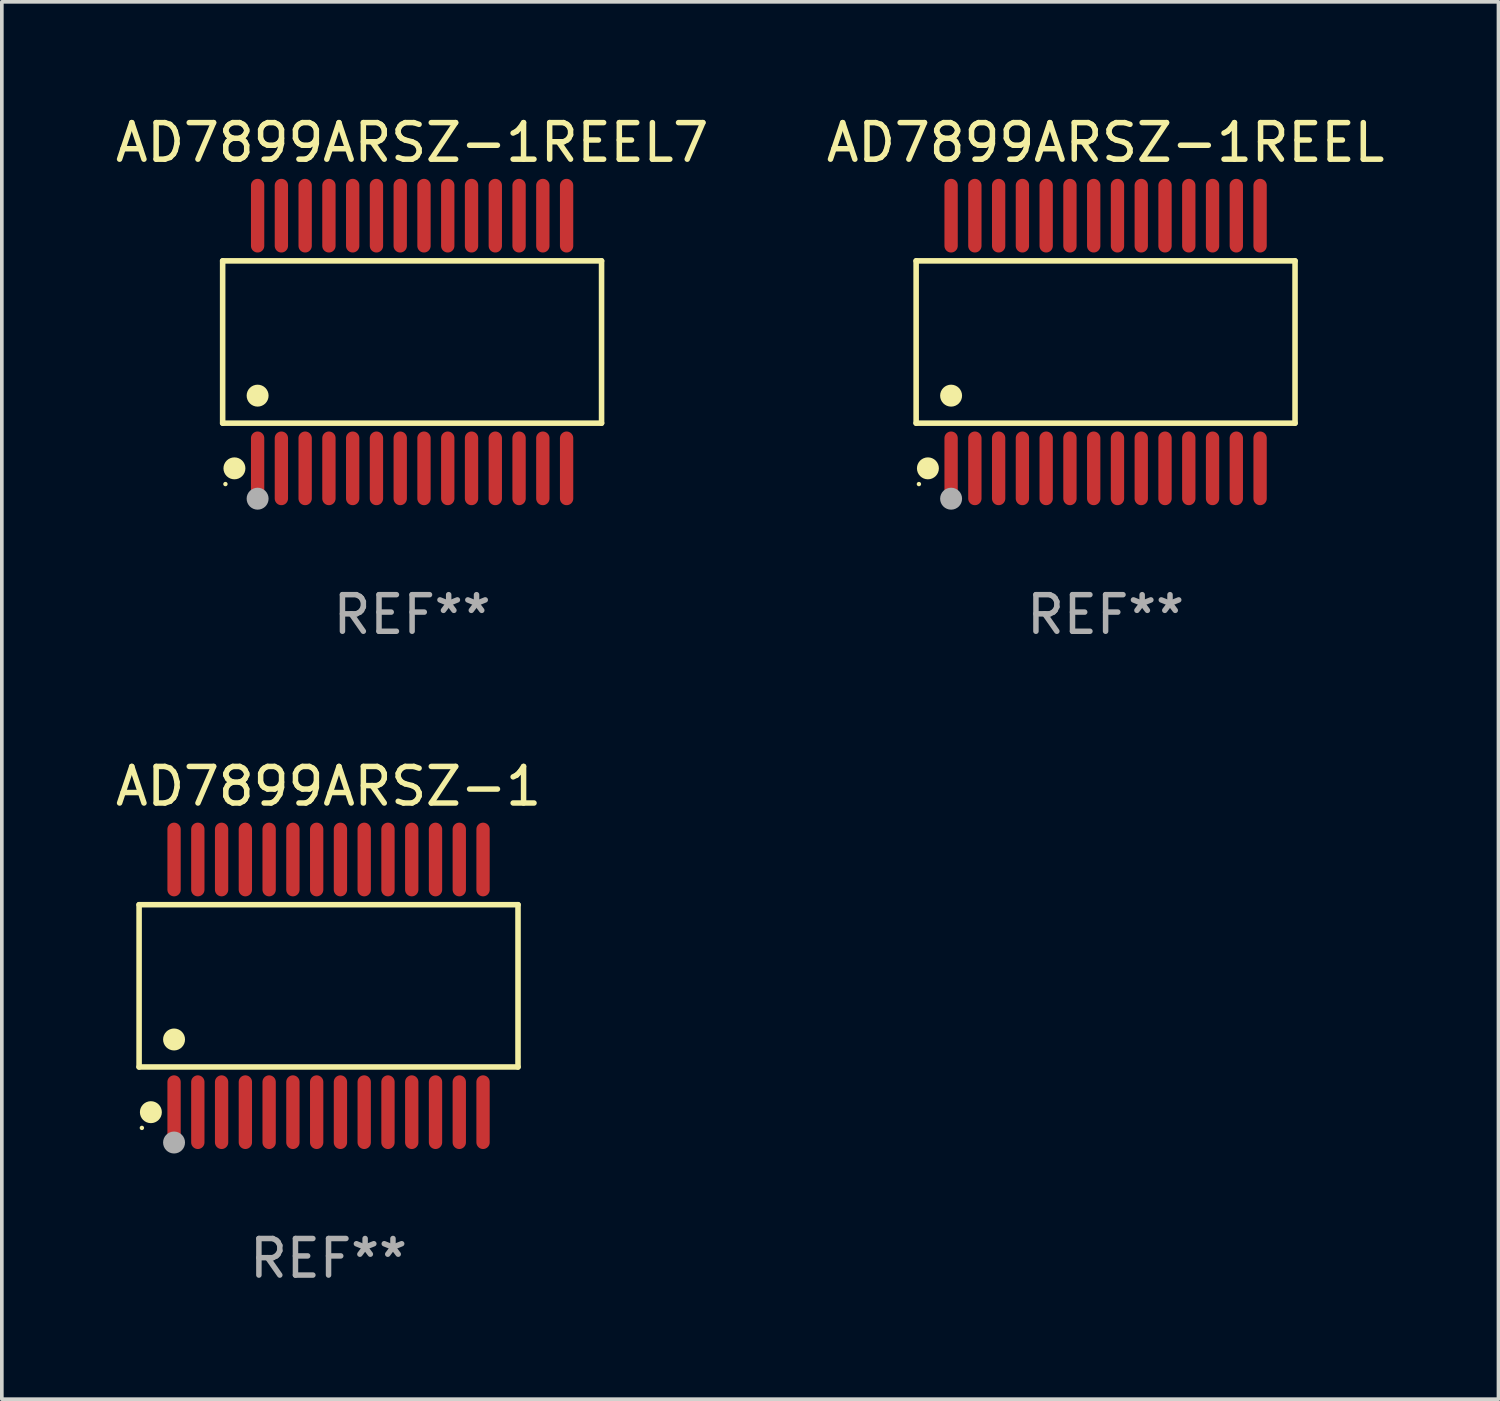
<source format=kicad_pcb>
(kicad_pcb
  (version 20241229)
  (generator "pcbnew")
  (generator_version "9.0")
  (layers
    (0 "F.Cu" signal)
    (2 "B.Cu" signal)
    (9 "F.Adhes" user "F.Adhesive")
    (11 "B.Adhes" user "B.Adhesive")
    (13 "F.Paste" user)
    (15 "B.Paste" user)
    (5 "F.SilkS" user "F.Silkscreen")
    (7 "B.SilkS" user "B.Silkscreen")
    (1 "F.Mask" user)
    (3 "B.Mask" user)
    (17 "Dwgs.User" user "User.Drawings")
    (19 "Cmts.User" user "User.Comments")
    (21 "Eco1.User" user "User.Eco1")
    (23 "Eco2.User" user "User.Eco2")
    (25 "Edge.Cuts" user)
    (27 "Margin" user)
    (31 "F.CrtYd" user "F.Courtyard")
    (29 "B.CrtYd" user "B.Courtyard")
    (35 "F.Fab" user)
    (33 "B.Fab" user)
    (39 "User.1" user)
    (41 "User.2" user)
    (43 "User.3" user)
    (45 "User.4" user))
  (footprint "AD7899ARSZ-1REEL7"
    (layer "F.Cu")
    (at 8.22 6.303)
    (property "Reference" "AD7899ARSZ-1REEL7" (at 0 -5.455 0) (layer "F.SilkS") (effects (font (size 1 1) (thickness 0.15))))
    (attr through_hole)
    (fp_line (start -5.181 -2.219) (end 5.181 -2.219) (stroke (width 0.152) (type solid)) (layer "F.SilkS"))
    (fp_line (start -5.181 2.219) (end -5.181 -2.219) (stroke (width 0.152) (type solid)) (layer "F.SilkS"))
    (fp_line (start 5.181 -2.219) (end 5.181 2.219) (stroke (width 0.152) (type solid)) (layer "F.SilkS"))
    (fp_line (start 5.181 2.219) (end -5.181 2.219) (stroke (width 0.152) (type solid)) (layer "F.SilkS"))
    (fp_circle (center -5.105 3.885) (end -5.075 3.885) (stroke (width 0.06) (type solid)) (fill no) (layer "F.SilkS"))
    (fp_circle (center -4.859 3.455) (end -4.709 3.455) (stroke (width 0.3) (type solid)) (fill no) (layer "F.SilkS"))
    (fp_circle (center -4.225 1.467) (end -4.075 1.467) (stroke (width 0.3) (type solid)) (fill no) (layer "F.SilkS"))
    (fp_circle (center -4.225 4.285) (end -4.075 4.285) (stroke (width 0.3) (type solid)) (fill no) (layer "F.Fab"))
    (fp_text user "REF**" (at 0 7.455 0) (layer "F.Fab") (effects (font (size 1 1) (thickness 0.15))))
    (pad "1" smd oval (at -4.225 3.455) (size 0.364 2.015) (layers "F.Cu" "F.Mask" "F.Paste"))
    (pad "2" smd oval (at -3.575 3.455) (size 0.364 2.015) (layers "F.Cu" "F.Mask" "F.Paste"))
    (pad "3" smd oval (at -2.925 3.455) (size 0.364 2.015) (layers "F.Cu" "F.Mask" "F.Paste"))
    (pad "4" smd oval (at -2.275 3.455) (size 0.364 2.015) (layers "F.Cu" "F.Mask" "F.Paste"))
    (pad "5" smd oval (at -1.625 3.455) (size 0.364 2.015) (layers "F.Cu" "F.Mask" "F.Paste"))
    (pad "6" smd oval (at -0.975 3.455) (size 0.364 2.015) (layers "F.Cu" "F.Mask" "F.Paste"))
    (pad "7" smd oval (at -0.325 3.455) (size 0.364 2.015) (layers "F.Cu" "F.Mask" "F.Paste"))
    (pad "8" smd oval (at 0.325 3.455) (size 0.364 2.015) (layers "F.Cu" "F.Mask" "F.Paste"))
    (pad "9" smd oval (at 0.975 3.455) (size 0.364 2.015) (layers "F.Cu" "F.Mask" "F.Paste"))
    (pad "10" smd oval (at 1.625 3.455) (size 0.364 2.015) (layers "F.Cu" "F.Mask" "F.Paste"))
    (pad "11" smd oval (at 2.275 3.455) (size 0.364 2.015) (layers "F.Cu" "F.Mask" "F.Paste"))
    (pad "12" smd oval (at 2.925 3.455) (size 0.364 2.015) (layers "F.Cu" "F.Mask" "F.Paste"))
    (pad "13" smd oval (at 3.575 3.455) (size 0.364 2.015) (layers "F.Cu" "F.Mask" "F.Paste"))
    (pad "14" smd oval (at 4.225 3.455) (size 0.364 2.015) (layers "F.Cu" "F.Mask" "F.Paste"))
    (pad "15" smd oval (at 4.225 -3.455) (size 0.364 2.015) (layers "F.Cu" "F.Mask" "F.Paste"))
    (pad "16" smd oval (at 3.575 -3.455) (size 0.364 2.015) (layers "F.Cu" "F.Mask" "F.Paste"))
    (pad "17" smd oval (at 2.925 -3.455) (size 0.364 2.015) (layers "F.Cu" "F.Mask" "F.Paste"))
    (pad "18" smd oval (at 2.275 -3.455) (size 0.364 2.015) (layers "F.Cu" "F.Mask" "F.Paste"))
    (pad "19" smd oval (at 1.625 -3.455) (size 0.364 2.015) (layers "F.Cu" "F.Mask" "F.Paste"))
    (pad "20" smd oval (at 0.975 -3.455) (size 0.364 2.015) (layers "F.Cu" "F.Mask" "F.Paste"))
    (pad "21" smd oval (at 0.325 -3.455) (size 0.364 2.015) (layers "F.Cu" "F.Mask" "F.Paste"))
    (pad "22" smd oval (at -0.325 -3.455) (size 0.364 2.015) (layers "F.Cu" "F.Mask" "F.Paste"))
    (pad "23" smd oval (at -0.975 -3.455) (size 0.364 2.015) (layers "F.Cu" "F.Mask" "F.Paste"))
    (pad "24" smd oval (at -1.625 -3.455) (size 0.364 2.015) (layers "F.Cu" "F.Mask" "F.Paste"))
    (pad "25" smd oval (at -2.275 -3.455) (size 0.364 2.015) (layers "F.Cu" "F.Mask" "F.Paste"))
    (pad "26" smd oval (at -2.925 -3.455) (size 0.364 2.015) (layers "F.Cu" "F.Mask" "F.Paste"))
    (pad "27" smd oval (at -3.575 -3.455) (size 0.364 2.015) (layers "F.Cu" "F.Mask" "F.Paste"))
    (pad "28" smd oval (at -4.225 -3.455) (size 0.364 2.015) (layers "F.Cu" "F.Mask" "F.Paste")))
  (footprint "AD7899ARSZ-1"
    (layer "F.Cu")
    (at 5.935 23.91)
    (property "Reference" "AD7899ARSZ-1" (at 0 -5.455 0) (layer "F.SilkS") (effects (font (size 1 1) (thickness 0.15))))
    (attr through_hole)
    (fp_line (start -5.181 -2.219) (end 5.181 -2.219) (stroke (width 0.152) (type solid)) (layer "F.SilkS"))
    (fp_line (start -5.181 2.219) (end -5.181 -2.219) (stroke (width 0.152) (type solid)) (layer "F.SilkS"))
    (fp_line (start 5.181 -2.219) (end 5.181 2.219) (stroke (width 0.152) (type solid)) (layer "F.SilkS"))
    (fp_line (start 5.181 2.219) (end -5.181 2.219) (stroke (width 0.152) (type solid)) (layer "F.SilkS"))
    (fp_circle (center -5.105 3.885) (end -5.075 3.885) (stroke (width 0.06) (type solid)) (fill no) (layer "F.SilkS"))
    (fp_circle (center -4.859 3.455) (end -4.709 3.455) (stroke (width 0.3) (type solid)) (fill no) (layer "F.SilkS"))
    (fp_circle (center -4.225 1.467) (end -4.075 1.467) (stroke (width 0.3) (type solid)) (fill no) (layer "F.SilkS"))
    (fp_circle (center -4.225 4.285) (end -4.075 4.285) (stroke (width 0.3) (type solid)) (fill no) (layer "F.Fab"))
    (fp_text user "REF**" (at 0 7.455 0) (layer "F.Fab") (effects (font (size 1 1) (thickness 0.15))))
    (pad "1" smd oval (at -4.225 3.455) (size 0.364 2.015) (layers "F.Cu" "F.Mask" "F.Paste"))
    (pad "2" smd oval (at -3.575 3.455) (size 0.364 2.015) (layers "F.Cu" "F.Mask" "F.Paste"))
    (pad "3" smd oval (at -2.925 3.455) (size 0.364 2.015) (layers "F.Cu" "F.Mask" "F.Paste"))
    (pad "4" smd oval (at -2.275 3.455) (size 0.364 2.015) (layers "F.Cu" "F.Mask" "F.Paste"))
    (pad "5" smd oval (at -1.625 3.455) (size 0.364 2.015) (layers "F.Cu" "F.Mask" "F.Paste"))
    (pad "6" smd oval (at -0.975 3.455) (size 0.364 2.015) (layers "F.Cu" "F.Mask" "F.Paste"))
    (pad "7" smd oval (at -0.325 3.455) (size 0.364 2.015) (layers "F.Cu" "F.Mask" "F.Paste"))
    (pad "8" smd oval (at 0.325 3.455) (size 0.364 2.015) (layers "F.Cu" "F.Mask" "F.Paste"))
    (pad "9" smd oval (at 0.975 3.455) (size 0.364 2.015) (layers "F.Cu" "F.Mask" "F.Paste"))
    (pad "10" smd oval (at 1.625 3.455) (size 0.364 2.015) (layers "F.Cu" "F.Mask" "F.Paste"))
    (pad "11" smd oval (at 2.275 3.455) (size 0.364 2.015) (layers "F.Cu" "F.Mask" "F.Paste"))
    (pad "12" smd oval (at 2.925 3.455) (size 0.364 2.015) (layers "F.Cu" "F.Mask" "F.Paste"))
    (pad "13" smd oval (at 3.575 3.455) (size 0.364 2.015) (layers "F.Cu" "F.Mask" "F.Paste"))
    (pad "14" smd oval (at 4.225 3.455) (size 0.364 2.015) (layers "F.Cu" "F.Mask" "F.Paste"))
    (pad "15" smd oval (at 4.225 -3.455) (size 0.364 2.015) (layers "F.Cu" "F.Mask" "F.Paste"))
    (pad "16" smd oval (at 3.575 -3.455) (size 0.364 2.015) (layers "F.Cu" "F.Mask" "F.Paste"))
    (pad "17" smd oval (at 2.925 -3.455) (size 0.364 2.015) (layers "F.Cu" "F.Mask" "F.Paste"))
    (pad "18" smd oval (at 2.275 -3.455) (size 0.364 2.015) (layers "F.Cu" "F.Mask" "F.Paste"))
    (pad "19" smd oval (at 1.625 -3.455) (size 0.364 2.015) (layers "F.Cu" "F.Mask" "F.Paste"))
    (pad "20" smd oval (at 0.975 -3.455) (size 0.364 2.015) (layers "F.Cu" "F.Mask" "F.Paste"))
    (pad "21" smd oval (at 0.325 -3.455) (size 0.364 2.015) (layers "F.Cu" "F.Mask" "F.Paste"))
    (pad "22" smd oval (at -0.325 -3.455) (size 0.364 2.015) (layers "F.Cu" "F.Mask" "F.Paste"))
    (pad "23" smd oval (at -0.975 -3.455) (size 0.364 2.015) (layers "F.Cu" "F.Mask" "F.Paste"))
    (pad "24" smd oval (at -1.625 -3.455) (size 0.364 2.015) (layers "F.Cu" "F.Mask" "F.Paste"))
    (pad "25" smd oval (at -2.275 -3.455) (size 0.364 2.015) (layers "F.Cu" "F.Mask" "F.Paste"))
    (pad "26" smd oval (at -2.925 -3.455) (size 0.364 2.015) (layers "F.Cu" "F.Mask" "F.Paste"))
    (pad "27" smd oval (at -3.575 -3.455) (size 0.364 2.015) (layers "F.Cu" "F.Mask" "F.Paste"))
    (pad "28" smd oval (at -4.225 -3.455) (size 0.364 2.015) (layers "F.Cu" "F.Mask" "F.Paste")))
  (footprint "AD7899ARSZ-1REEL"
    (layer "F.Cu")
    (at 27.185 6.303)
    (property "Reference" "AD7899ARSZ-1REEL" (at 0 -5.455 0) (layer "F.SilkS") (effects (font (size 1 1) (thickness 0.15))))
    (attr through_hole)
    (fp_line (start -5.181 -2.219) (end 5.181 -2.219) (stroke (width 0.152) (type solid)) (layer "F.SilkS"))
    (fp_line (start -5.181 2.219) (end -5.181 -2.219) (stroke (width 0.152) (type solid)) (layer "F.SilkS"))
    (fp_line (start 5.181 -2.219) (end 5.181 2.219) (stroke (width 0.152) (type solid)) (layer "F.SilkS"))
    (fp_line (start 5.181 2.219) (end -5.181 2.219) (stroke (width 0.152) (type solid)) (layer "F.SilkS"))
    (fp_circle (center -5.105 3.885) (end -5.075 3.885) (stroke (width 0.06) (type solid)) (fill no) (layer "F.SilkS"))
    (fp_circle (center -4.859 3.455) (end -4.709 3.455) (stroke (width 0.3) (type solid)) (fill no) (layer "F.SilkS"))
    (fp_circle (center -4.225 1.467) (end -4.075 1.467) (stroke (width 0.3) (type solid)) (fill no) (layer "F.SilkS"))
    (fp_circle (center -4.225 4.285) (end -4.075 4.285) (stroke (width 0.3) (type solid)) (fill no) (layer "F.Fab"))
    (fp_text user "REF**" (at 0 7.455 0) (layer "F.Fab") (effects (font (size 1 1) (thickness 0.15))))
    (pad "1" smd oval (at -4.225 3.455) (size 0.364 2.015) (layers "F.Cu" "F.Mask" "F.Paste"))
    (pad "2" smd oval (at -3.575 3.455) (size 0.364 2.015) (layers "F.Cu" "F.Mask" "F.Paste"))
    (pad "3" smd oval (at -2.925 3.455) (size 0.364 2.015) (layers "F.Cu" "F.Mask" "F.Paste"))
    (pad "4" smd oval (at -2.275 3.455) (size 0.364 2.015) (layers "F.Cu" "F.Mask" "F.Paste"))
    (pad "5" smd oval (at -1.625 3.455) (size 0.364 2.015) (layers "F.Cu" "F.Mask" "F.Paste"))
    (pad "6" smd oval (at -0.975 3.455) (size 0.364 2.015) (layers "F.Cu" "F.Mask" "F.Paste"))
    (pad "7" smd oval (at -0.325 3.455) (size 0.364 2.015) (layers "F.Cu" "F.Mask" "F.Paste"))
    (pad "8" smd oval (at 0.325 3.455) (size 0.364 2.015) (layers "F.Cu" "F.Mask" "F.Paste"))
    (pad "9" smd oval (at 0.975 3.455) (size 0.364 2.015) (layers "F.Cu" "F.Mask" "F.Paste"))
    (pad "10" smd oval (at 1.625 3.455) (size 0.364 2.015) (layers "F.Cu" "F.Mask" "F.Paste"))
    (pad "11" smd oval (at 2.275 3.455) (size 0.364 2.015) (layers "F.Cu" "F.Mask" "F.Paste"))
    (pad "12" smd oval (at 2.925 3.455) (size 0.364 2.015) (layers "F.Cu" "F.Mask" "F.Paste"))
    (pad "13" smd oval (at 3.575 3.455) (size 0.364 2.015) (layers "F.Cu" "F.Mask" "F.Paste"))
    (pad "14" smd oval (at 4.225 3.455) (size 0.364 2.015) (layers "F.Cu" "F.Mask" "F.Paste"))
    (pad "15" smd oval (at 4.225 -3.455) (size 0.364 2.015) (layers "F.Cu" "F.Mask" "F.Paste"))
    (pad "16" smd oval (at 3.575 -3.455) (size 0.364 2.015) (layers "F.Cu" "F.Mask" "F.Paste"))
    (pad "17" smd oval (at 2.925 -3.455) (size 0.364 2.015) (layers "F.Cu" "F.Mask" "F.Paste"))
    (pad "18" smd oval (at 2.275 -3.455) (size 0.364 2.015) (layers "F.Cu" "F.Mask" "F.Paste"))
    (pad "19" smd oval (at 1.625 -3.455) (size 0.364 2.015) (layers "F.Cu" "F.Mask" "F.Paste"))
    (pad "20" smd oval (at 0.975 -3.455) (size 0.364 2.015) (layers "F.Cu" "F.Mask" "F.Paste"))
    (pad "21" smd oval (at 0.325 -3.455) (size 0.364 2.015) (layers "F.Cu" "F.Mask" "F.Paste"))
    (pad "22" smd oval (at -0.325 -3.455) (size 0.364 2.015) (layers "F.Cu" "F.Mask" "F.Paste"))
    (pad "23" smd oval (at -0.975 -3.455) (size 0.364 2.015) (layers "F.Cu" "F.Mask" "F.Paste"))
    (pad "24" smd oval (at -1.625 -3.455) (size 0.364 2.015) (layers "F.Cu" "F.Mask" "F.Paste"))
    (pad "25" smd oval (at -2.275 -3.455) (size 0.364 2.015) (layers "F.Cu" "F.Mask" "F.Paste"))
    (pad "26" smd oval (at -2.925 -3.455) (size 0.364 2.015) (layers "F.Cu" "F.Mask" "F.Paste"))
    (pad "27" smd oval (at -3.575 -3.455) (size 0.364 2.015) (layers "F.Cu" "F.Mask" "F.Paste"))
    (pad "28" smd oval (at -4.225 -3.455) (size 0.364 2.015) (layers "F.Cu" "F.Mask" "F.Paste")))
  (gr_rect
    (start -3 -3)
    (end 37.929 35.214)
    (stroke (width 0.1) (type default))
    (fill no)
    (layer "Edge.Cuts")))
</source>
